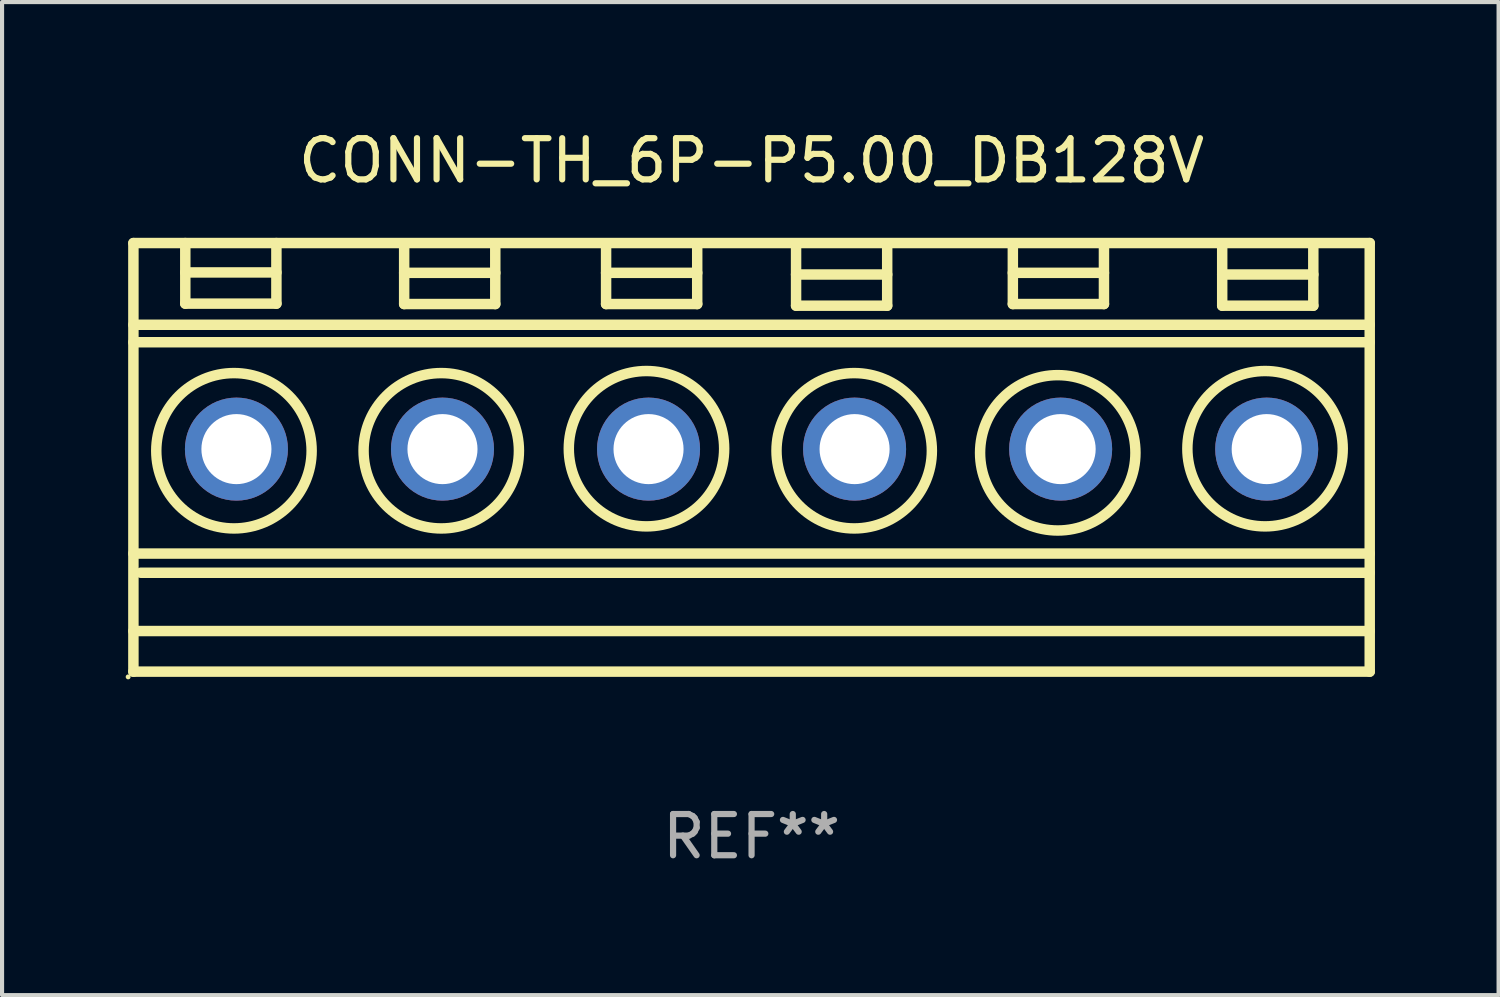
<source format=kicad_pcb>
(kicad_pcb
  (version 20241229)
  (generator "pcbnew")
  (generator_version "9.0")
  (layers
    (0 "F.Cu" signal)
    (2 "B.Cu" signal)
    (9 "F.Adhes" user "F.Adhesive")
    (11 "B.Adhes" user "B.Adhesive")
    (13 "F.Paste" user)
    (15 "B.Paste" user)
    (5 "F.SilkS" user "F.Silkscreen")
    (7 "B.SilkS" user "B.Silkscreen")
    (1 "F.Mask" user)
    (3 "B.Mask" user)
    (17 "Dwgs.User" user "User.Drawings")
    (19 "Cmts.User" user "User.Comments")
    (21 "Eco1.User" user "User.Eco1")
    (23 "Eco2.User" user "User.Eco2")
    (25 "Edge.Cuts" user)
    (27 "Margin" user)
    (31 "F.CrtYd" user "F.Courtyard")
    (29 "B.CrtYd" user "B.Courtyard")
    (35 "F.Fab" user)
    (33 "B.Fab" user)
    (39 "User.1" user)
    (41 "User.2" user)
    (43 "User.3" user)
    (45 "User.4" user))
  (footprint "CONN-TH_6P-P5.00_DB128V"
    (layer "F.Cu")
    (at 15.187 8.048)
    (property "Reference" "CONN-TH_6P-P5.00_DB128V" (at 0 -7.2 0) (layer "F.SilkS") (effects (font (size 1 1) (thickness 0.15))))
    (attr through_hole)
    (fp_line (start -15 -5.2) (end -15 5.2) (stroke (width 0.254) (type solid)) (layer "F.SilkS"))
    (fp_line (start -15 -5.2) (end 15 -5.2) (stroke (width 0.254) (type solid)) (layer "F.SilkS"))
    (fp_line (start -15 -3.217) (end 15 -3.217) (stroke (width 0.254) (type solid)) (layer "F.SilkS"))
    (fp_line (start -15 -2.793) (end 15 -2.793) (stroke (width 0.254) (type solid)) (layer "F.SilkS"))
    (fp_line (start -15 2.334) (end 15 2.334) (stroke (width 0.254) (type solid)) (layer "F.SilkS"))
    (fp_line (start -15 4.215) (end 15 4.215) (stroke (width 0.254) (type solid)) (layer "F.SilkS"))
    (fp_line (start -15 5.2) (end 15 5.2) (stroke (width 0.254) (type solid)) (layer "F.SilkS"))
    (fp_line (start -14.82 2.8) (end 15 2.8) (stroke (width 0.254) (type solid)) (layer "F.SilkS"))
    (fp_line (start -13.741 -5.2) (end -13.741 -3.73) (stroke (width 0.254) (type solid)) (layer "F.SilkS"))
    (fp_line (start -13.741 -4.487) (end -11.53 -4.487) (stroke (width 0.254) (type solid)) (layer "F.SilkS"))
    (fp_line (start -13.741 -3.73) (end -11.53 -3.73) (stroke (width 0.254) (type solid)) (layer "F.SilkS"))
    (fp_line (start -11.53 -3.73) (end -11.53 -5.2) (stroke (width 0.254) (type solid)) (layer "F.SilkS"))
    (fp_line (start -8.43 -5.19) (end -8.43 -3.72) (stroke (width 0.254) (type solid)) (layer "F.SilkS"))
    (fp_line (start -8.43 -4.477) (end -6.219 -4.477) (stroke (width 0.254) (type solid)) (layer "F.SilkS"))
    (fp_line (start -8.43 -3.72) (end -6.219 -3.72) (stroke (width 0.254) (type solid)) (layer "F.SilkS"))
    (fp_line (start -6.219 -3.72) (end -6.219 -5.19) (stroke (width 0.254) (type solid)) (layer "F.SilkS"))
    (fp_line (start -3.53 -5.19) (end -3.53 -3.72) (stroke (width 0.254) (type solid)) (layer "F.SilkS"))
    (fp_line (start -3.53 -4.477) (end -1.319 -4.477) (stroke (width 0.254) (type solid)) (layer "F.SilkS"))
    (fp_line (start -3.53 -3.72) (end -1.319 -3.72) (stroke (width 0.254) (type solid)) (layer "F.SilkS"))
    (fp_line (start -1.319 -3.72) (end -1.319 -5.19) (stroke (width 0.254) (type solid)) (layer "F.SilkS"))
    (fp_line (start 1.08 -5.15) (end 1.08 -3.68) (stroke (width 0.254) (type solid)) (layer "F.SilkS"))
    (fp_line (start 1.08 -4.437) (end 3.291 -4.437) (stroke (width 0.254) (type solid)) (layer "F.SilkS"))
    (fp_line (start 1.08 -3.68) (end 3.291 -3.68) (stroke (width 0.254) (type solid)) (layer "F.SilkS"))
    (fp_line (start 3.291 -3.68) (end 3.291 -5.15) (stroke (width 0.254) (type solid)) (layer "F.SilkS"))
    (fp_line (start 6.34 -5.19) (end 6.34 -3.72) (stroke (width 0.254) (type solid)) (layer "F.SilkS"))
    (fp_line (start 6.34 -4.477) (end 8.551 -4.477) (stroke (width 0.254) (type solid)) (layer "F.SilkS"))
    (fp_line (start 6.34 -3.72) (end 8.551 -3.72) (stroke (width 0.254) (type solid)) (layer "F.SilkS"))
    (fp_line (start 8.551 -3.72) (end 8.551 -5.19) (stroke (width 0.254) (type solid)) (layer "F.SilkS"))
    (fp_line (start 11.42 -5.15) (end 11.42 -3.68) (stroke (width 0.254) (type solid)) (layer "F.SilkS"))
    (fp_line (start 11.42 -4.437) (end 13.631 -4.437) (stroke (width 0.254) (type solid)) (layer "F.SilkS"))
    (fp_line (start 11.42 -3.68) (end 13.631 -3.68) (stroke (width 0.254) (type solid)) (layer "F.SilkS"))
    (fp_line (start 13.631 -3.68) (end 13.631 -5.15) (stroke (width 0.254) (type solid)) (layer "F.SilkS"))
    (fp_line (start 15 -5.2) (end 15 5.2) (stroke (width 0.254) (type solid)) (layer "F.SilkS"))
    (fp_circle (center -15.127 5.327) (end -15.097 5.327) (stroke (width 0.06) (type solid)) (fill no) (layer "F.SilkS"))
    (fp_circle (center -12.56 -0.16) (end -10.675 -0.16) (stroke (width 0.254) (type solid)) (fill no) (layer "F.SilkS"))
    (fp_circle (center -7.53 -0.16) (end -5.645 -0.16) (stroke (width 0.254) (type solid)) (fill no) (layer "F.SilkS"))
    (fp_circle (center -2.55 -0.21) (end -0.665 -0.21) (stroke (width 0.254) (type solid)) (fill no) (layer "F.SilkS"))
    (fp_circle (center 2.49 -0.16) (end 4.375 -0.16) (stroke (width 0.254) (type solid)) (fill no) (layer "F.SilkS"))
    (fp_circle (center 7.43 -0.11) (end 9.315 -0.11) (stroke (width 0.254) (type solid)) (fill no) (layer "F.SilkS"))
    (fp_circle (center 12.46 -0.21) (end 14.345 -0.21) (stroke (width 0.254) (type solid)) (fill no) (layer "F.SilkS"))
    (fp_text user "REF**" (at 0 9.2 0) (layer "F.Fab") (effects (font (size 1 1) (thickness 0.15))))
    (pad "1" thru_hole circle (at -12.5 -0.2) (size 2.5 2.5) (drill 1.7) (layers "*.Cu" "*.Mask"))
    (pad "2" thru_hole circle (at -7.5 -0.2) (size 2.5 2.5) (drill 1.7) (layers "*.Cu" "*.Mask"))
    (pad "3" thru_hole circle (at -2.5 -0.2) (size 2.5 2.5) (drill 1.7) (layers "*.Cu" "*.Mask"))
    (pad "4" thru_hole circle (at 2.5 -0.2) (size 2.5 2.5) (drill 1.7) (layers "*.Cu" "*.Mask"))
    (pad "5" thru_hole circle (at 7.5 -0.2) (size 2.5 2.5) (drill 1.7) (layers "*.Cu" "*.Mask"))
    (pad "6" thru_hole circle (at 12.5 -0.2) (size 2.5 2.5) (drill 1.7) (layers "*.Cu" "*.Mask")))
  (gr_rect
    (start -3 -3)
    (end 33.314 21.097)
    (stroke (width 0.1) (type default))
    (fill no)
    (layer "Edge.Cuts")))
</source>
